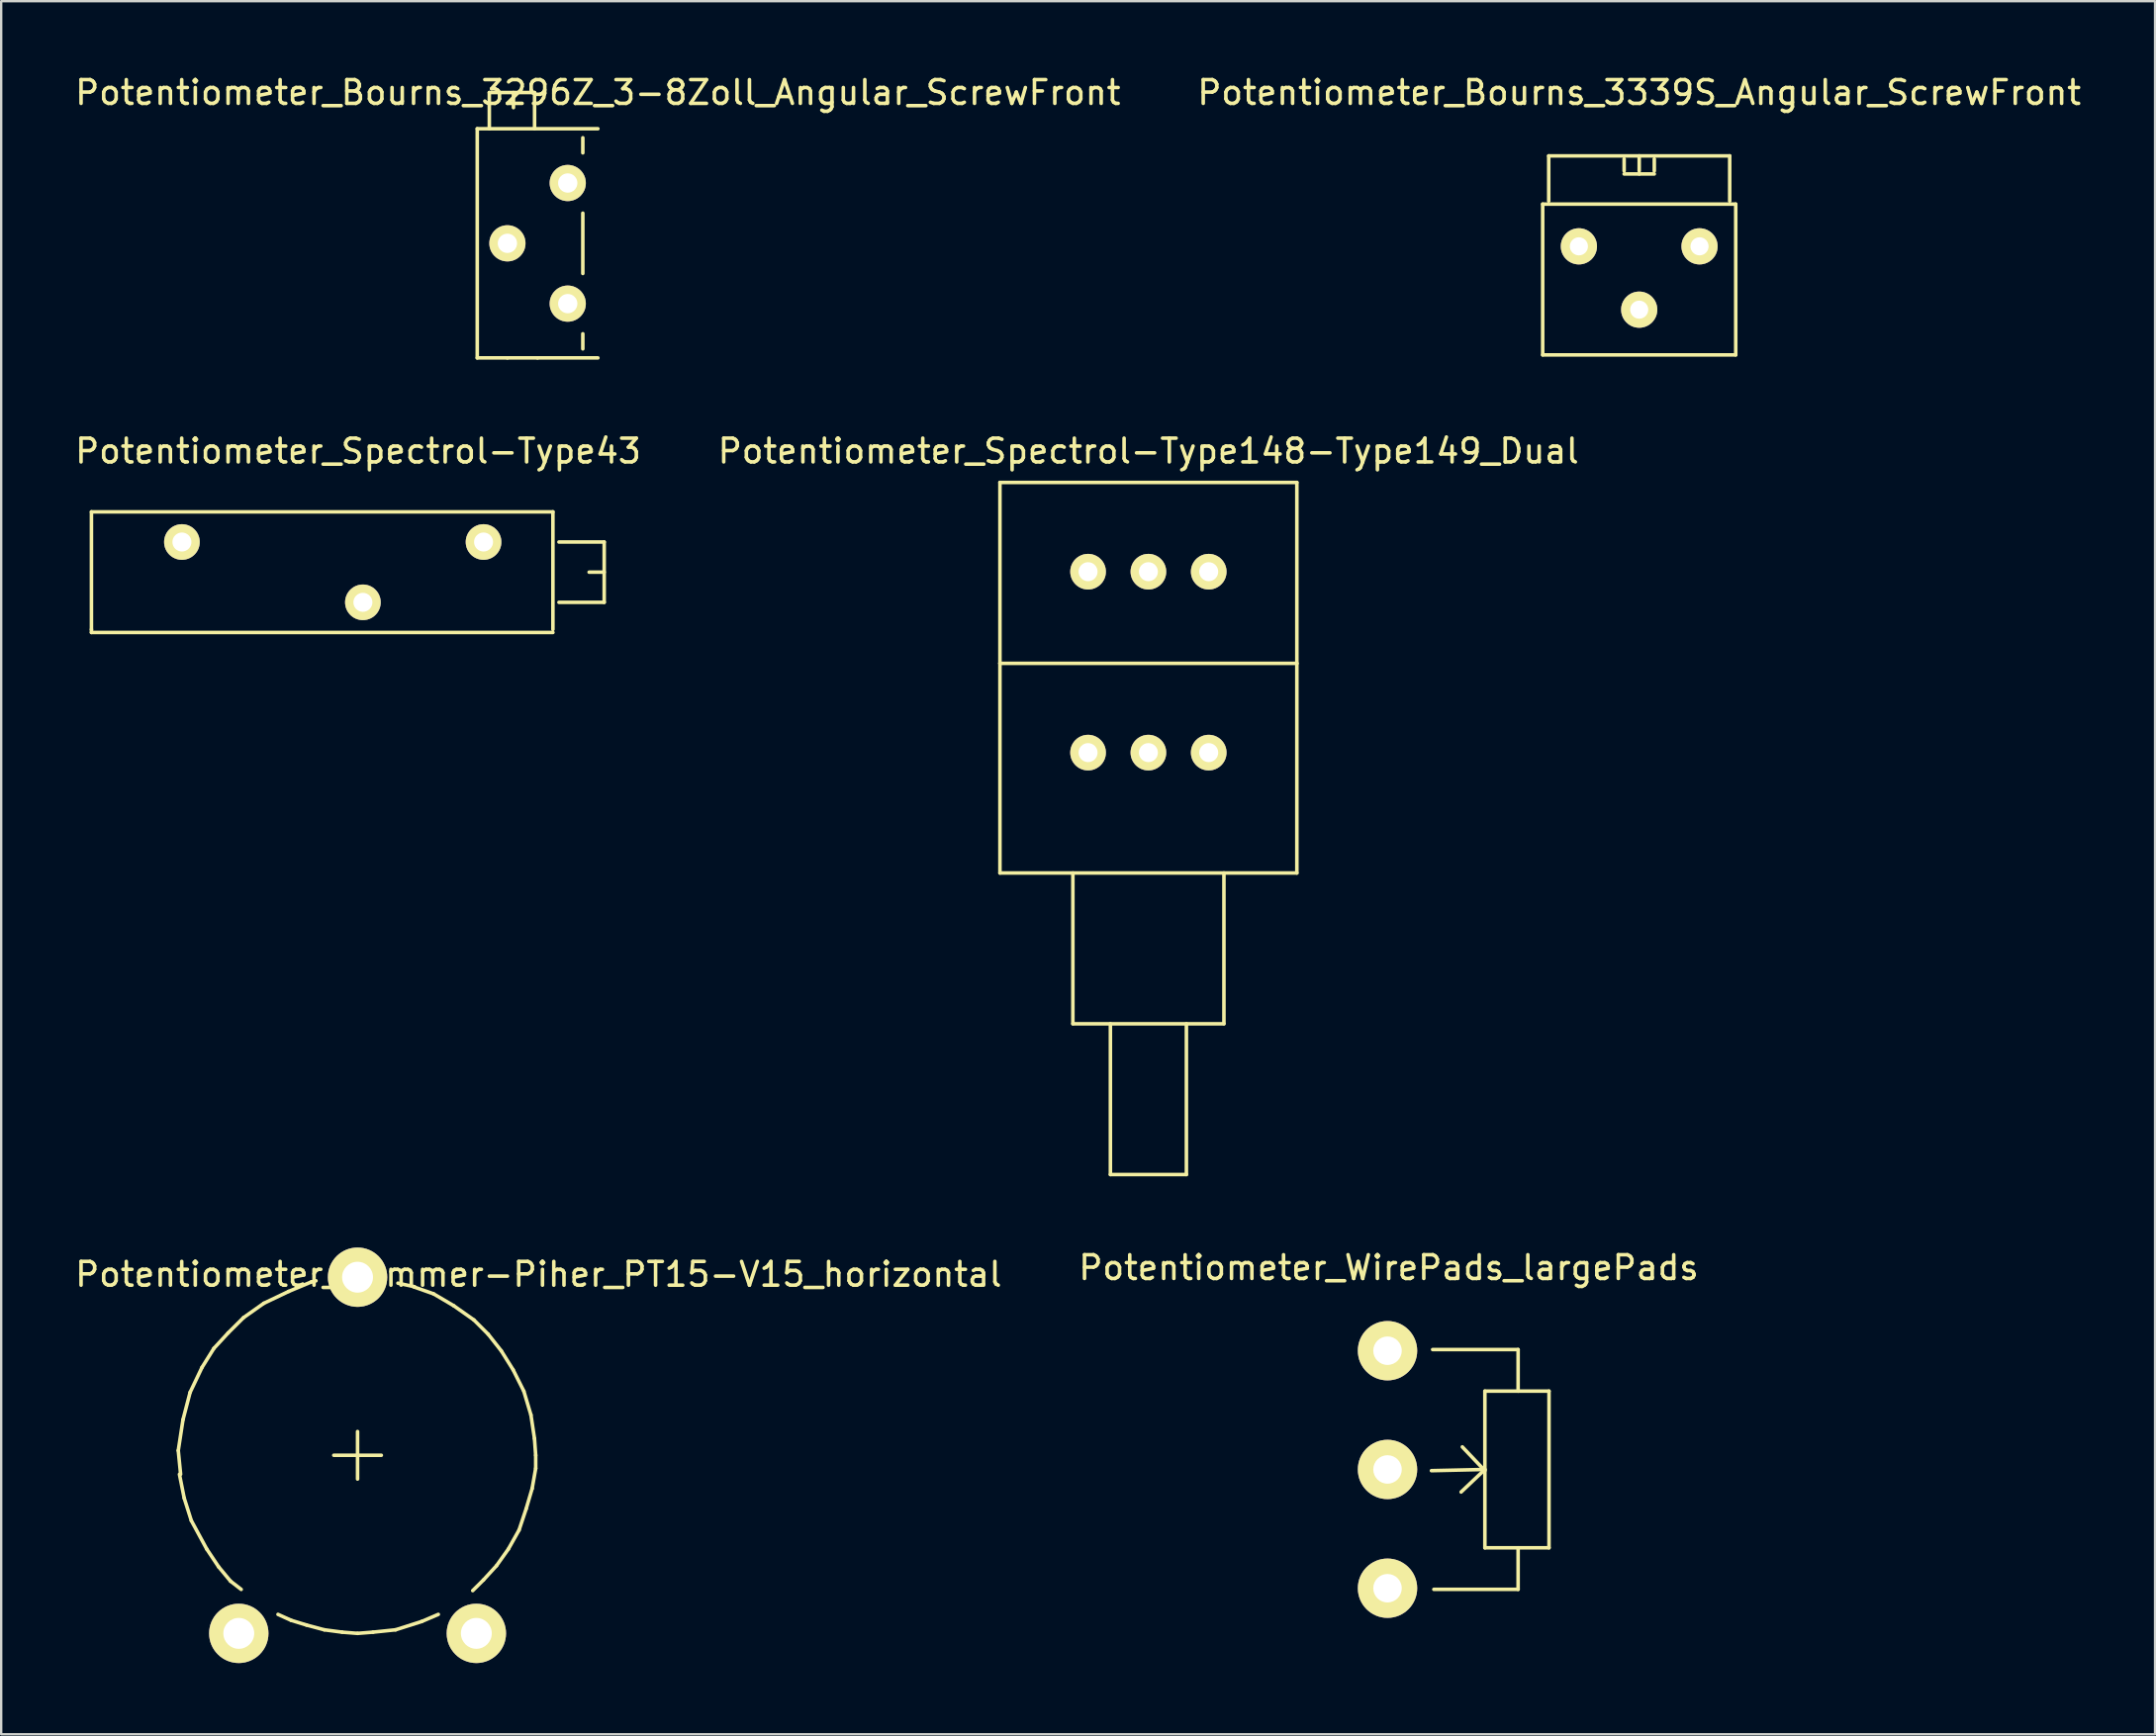
<source format=kicad_pcb>
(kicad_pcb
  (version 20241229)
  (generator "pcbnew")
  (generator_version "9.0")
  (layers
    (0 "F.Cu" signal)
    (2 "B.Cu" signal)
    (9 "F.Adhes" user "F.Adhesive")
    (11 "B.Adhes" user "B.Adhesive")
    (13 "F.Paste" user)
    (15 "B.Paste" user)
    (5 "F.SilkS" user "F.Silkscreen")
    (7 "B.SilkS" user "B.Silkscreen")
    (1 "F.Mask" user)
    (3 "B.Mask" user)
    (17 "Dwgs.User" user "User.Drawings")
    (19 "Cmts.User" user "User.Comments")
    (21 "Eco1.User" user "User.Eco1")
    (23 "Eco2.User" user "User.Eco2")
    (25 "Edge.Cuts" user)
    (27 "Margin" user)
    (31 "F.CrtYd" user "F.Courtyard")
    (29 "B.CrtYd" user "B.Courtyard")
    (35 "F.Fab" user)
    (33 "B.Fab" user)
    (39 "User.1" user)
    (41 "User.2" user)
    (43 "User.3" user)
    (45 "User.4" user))
  (footprint "Potentiometer_Bourns_3296Z_3-8Zoll_Angular_ScrewFront"
    (layer "F.Cu")
    (at 20.855 9.738)
    (property "Reference" "Potentiometer_Bourns_3296Z_3-8Zoll_Angular_ScrewFront" (at 1.27 -8.89 0) (layer "F.SilkS") (effects (font (size 1 1) (thickness 0.15))))
    (attr through_hole)
    (fp_line (start -3.81 -7.366) (end 1.27 -7.366) (stroke (width 0.15) (type solid)) (layer "F.SilkS"))
    (fp_line (start -3.81 2.286) (end -3.81 -7.366) (stroke (width 0.15) (type solid)) (layer "F.SilkS"))
    (fp_line (start -3.302 -8.89) (end -1.397 -8.89) (stroke (width 0.15) (type solid)) (layer "F.SilkS"))
    (fp_line (start -3.302 -7.366) (end -3.302 -8.89) (stroke (width 0.15) (type solid)) (layer "F.SilkS"))
    (fp_line (start -2.54 2.286) (end -3.81 2.286) (stroke (width 0.15) (type solid)) (layer "F.SilkS"))
    (fp_line (start -2.286 -8.89) (end -2.286 -8.255) (stroke (width 0.15) (type solid)) (layer "F.SilkS"))
    (fp_line (start -1.397 -8.89) (end -1.397 -7.366) (stroke (width 0.15) (type solid)) (layer "F.SilkS"))
    (fp_line (start -1.27 2.286) (end -2.54 2.286) (stroke (width 0.15) (type solid)) (layer "F.SilkS"))
    (fp_line (start 0.635 -6.985) (end 0.635 -6.35) (stroke (width 0.15) (type solid)) (layer "F.SilkS"))
    (fp_line (start 0.635 -3.81) (end 0.635 -1.27) (stroke (width 0.15) (type solid)) (layer "F.SilkS"))
    (fp_line (start 0.635 1.27) (end 0.635 1.905) (stroke (width 0.15) (type solid)) (layer "F.SilkS"))
    (fp_line (start 1.27 2.286) (end -1.27 2.286) (stroke (width 0.15) (type solid)) (layer "F.SilkS"))
    (pad "1" thru_hole circle (at 0 0) (size 1.524 1.524) (drill 0.813) (layers "*.Cu" "*.Mask" "F.SilkS"))
    (pad "2" thru_hole circle (at -2.54 -2.54) (size 1.524 1.524) (drill 0.813) (layers "*.Cu" "*.Mask" "F.SilkS"))
    (pad "3" thru_hole circle (at 0 -5.08) (size 1.524 1.524) (drill 0.813) (layers "*.Cu" "*.Mask" "F.SilkS")))
  (footprint "Potentiometer_Bourns_3339S_Angular_ScrewFront"
    (layer "F.Cu")
    (at 68.51 7.325)
    (property "Reference" "Potentiometer_Bourns_3339S_Angular_ScrewFront" (at -2.54 -6.477 0) (layer "F.SilkS") (effects (font (size 1 1) (thickness 0.15))))
    (attr through_hole)
    (fp_line (start -6.604 -1.778) (end -6.604 4.572) (stroke (width 0.15) (type solid)) (layer "F.SilkS"))
    (fp_line (start -6.604 -1.778) (end 1.524 -1.778) (stroke (width 0.15) (type solid)) (layer "F.SilkS"))
    (fp_line (start -6.604 4.572) (end 1.524 4.572) (stroke (width 0.15) (type solid)) (layer "F.SilkS"))
    (fp_line (start -6.35 -3.81) (end -6.35 -1.905) (stroke (width 0.15) (type solid)) (layer "F.SilkS"))
    (fp_line (start -6.35 -3.81) (end 1.27 -3.81) (stroke (width 0.15) (type solid)) (layer "F.SilkS"))
    (fp_line (start -3.175 -3.175) (end -3.175 -3.683) (stroke (width 0.15) (type solid)) (layer "F.SilkS"))
    (fp_line (start -2.54 -3.81) (end -2.54 -3.175) (stroke (width 0.15) (type solid)) (layer "F.SilkS"))
    (fp_line (start -2.54 -3.048) (end -3.175 -3.048) (stroke (width 0.15) (type solid)) (layer "F.SilkS"))
    (fp_line (start -2.54 -3.048) (end -1.905 -3.048) (stroke (width 0.15) (type solid)) (layer "F.SilkS"))
    (fp_line (start -1.905 -3.175) (end -1.905 -3.683) (stroke (width 0.15) (type solid)) (layer "F.SilkS"))
    (fp_line (start 1.27 -3.81) (end 1.27 -1.905) (stroke (width 0.15) (type solid)) (layer "F.SilkS"))
    (fp_line (start 1.524 -1.778) (end 1.524 4.572) (stroke (width 0.15) (type solid)) (layer "F.SilkS"))
    (pad "1" thru_hole circle (at 0 0) (size 1.524 1.524) (drill 0.762) (layers "*.Cu" "*.Mask" "F.SilkS"))
    (pad "2" thru_hole circle (at -2.54 2.667) (size 1.524 1.524) (drill 0.762) (layers "*.Cu" "*.Mask" "F.SilkS"))
    (pad "3" thru_hole circle (at -5.08 0) (size 1.524 1.524) (drill 0.762) (layers "*.Cu" "*.Mask" "F.SilkS")))
  (footprint "Potentiometer_Spectrol-Type148-Type149_Dual"
    (layer "F.Cu")
    (at 42.764 28.648)
    (property "Reference" "Potentiometer_Spectrol-Type148-Type149_Dual" (at 2.54 -12.7 0) (layer "F.SilkS") (effects (font (size 1 1) (thickness 0.15))))
    (attr through_hole)
    (fp_line (start -3.711 -11.379) (end -3.711 -3.759) (stroke (width 0.15) (type solid)) (layer "F.SilkS"))
    (fp_line (start -3.711 -3.759) (end 8.791 -3.759) (stroke (width 0.15) (type solid)) (layer "F.SilkS"))
    (fp_line (start -3.711 5.07) (end -3.711 -3.759) (stroke (width 0.15) (type solid)) (layer "F.SilkS"))
    (fp_line (start -0.64 11.42) (end -0.64 5.07) (stroke (width 0.15) (type solid)) (layer "F.SilkS"))
    (fp_line (start -0.64 11.42) (end 5.72 11.42) (stroke (width 0.15) (type solid)) (layer "F.SilkS"))
    (fp_line (start 0.94 17.77) (end 0.94 11.42) (stroke (width 0.15) (type solid)) (layer "F.SilkS"))
    (fp_line (start 4.14 11.42) (end 4.14 17.77) (stroke (width 0.15) (type solid)) (layer "F.SilkS"))
    (fp_line (start 4.14 17.77) (end 0.94 17.77) (stroke (width 0.15) (type solid)) (layer "F.SilkS"))
    (fp_line (start 5.72 5.07) (end 5.72 11.42) (stroke (width 0.15) (type solid)) (layer "F.SilkS"))
    (fp_line (start 8.791 -11.379) (end -3.711 -11.379) (stroke (width 0.15) (type solid)) (layer "F.SilkS"))
    (fp_line (start 8.791 -3.759) (end 8.791 -11.379) (stroke (width 0.15) (type solid)) (layer "F.SilkS"))
    (fp_line (start 8.791 -3.759) (end 8.791 5.07) (stroke (width 0.15) (type solid)) (layer "F.SilkS"))
    (fp_line (start 8.791 5.07) (end -3.711 5.07) (stroke (width 0.15) (type solid)) (layer "F.SilkS"))
    (pad "11" thru_hole circle (at 0 0) (size 1.501 1.501) (drill 0.8) (layers "*.Cu" "*.Mask" "F.SilkS"))
    (pad "12" thru_hole circle (at 2.54 0) (size 1.501 1.501) (drill 0.8) (layers "*.Cu" "*.Mask" "F.SilkS"))
    (pad "13" thru_hole circle (at 5.08 0) (size 1.501 1.501) (drill 0.8) (layers "*.Cu" "*.Mask" "F.SilkS"))
    (pad "21" thru_hole circle (at 0 -7.62) (size 1.501 1.501) (drill 0.8) (layers "*.Cu" "*.Mask" "F.SilkS"))
    (pad "22" thru_hole circle (at 2.54 -7.62) (size 1.501 1.501) (drill 0.8) (layers "*.Cu" "*.Mask" "F.SilkS"))
    (pad "23" thru_hole circle (at 5.08 -7.62) (size 1.501 1.501) (drill 0.8) (layers "*.Cu" "*.Mask" "F.SilkS")))
  (footprint "Potentiometer_Spectrol-Type43"
    (layer "F.Cu")
    (at 4.61 19.778)
    (property "Reference" "Potentiometer_Spectrol-Type43" (at 7.419 -3.83 0) (layer "F.SilkS") (effects (font (size 1 1) (thickness 0.15))))
    (attr through_hole)
    (fp_line (start -3.81 -1.27) (end -3.81 3.683) (stroke (width 0.15) (type solid)) (layer "F.SilkS"))
    (fp_line (start -3.81 3.683) (end -3.81 3.81) (stroke (width 0.15) (type solid)) (layer "F.SilkS"))
    (fp_line (start -3.81 3.81) (end 15.621 3.81) (stroke (width 0.15) (type solid)) (layer "F.SilkS"))
    (fp_line (start 15.621 -1.27) (end -3.81 -1.27) (stroke (width 0.15) (type solid)) (layer "F.SilkS"))
    (fp_line (start 15.621 3.683) (end 15.621 -1.27) (stroke (width 0.15) (type solid)) (layer "F.SilkS"))
    (fp_line (start 15.875 0) (end 17.78 0) (stroke (width 0.15) (type solid)) (layer "F.SilkS"))
    (fp_line (start 17.145 1.27) (end 17.78 1.27) (stroke (width 0.15) (type solid)) (layer "F.SilkS"))
    (fp_line (start 17.78 0) (end 17.78 2.54) (stroke (width 0.15) (type solid)) (layer "F.SilkS"))
    (fp_line (start 17.78 2.54) (end 15.875 2.54) (stroke (width 0.15) (type solid)) (layer "F.SilkS"))
    (pad "1" thru_hole circle (at 0 0) (size 1.501 1.501) (drill 0.8) (layers "*.Cu" "*.Mask" "F.SilkS"))
    (pad "2" thru_hole circle (at 7.62 2.54) (size 1.501 1.501) (drill 0.8) (layers "*.Cu" "*.Mask" "F.SilkS"))
    (pad "3" thru_hole circle (at 12.7 0) (size 1.501 1.501) (drill 0.8) (layers "*.Cu" "*.Mask" "F.SilkS")))
  (footprint "Potentiometer_WirePads_largePads"
    (layer "F.Cu")
    (at 55.372 53.838)
    (property "Reference" "Potentiometer_WirePads_largePads" (at 0.051 -3.498 0) (layer "F.SilkS") (effects (font (size 1 1) (thickness 0.15))))
    (attr through_hole)
    (fp_line (start 4.1 1.702) (end 6.8 1.702) (stroke (width 0.15) (type solid)) (layer "F.SilkS"))
    (fp_line (start 4.1 5.001) (end 1.849 5.052) (stroke (width 0.15) (type solid)) (layer "F.SilkS"))
    (fp_line (start 4.1 5.001) (end 3.099 5.951) (stroke (width 0.15) (type solid)) (layer "F.SilkS"))
    (fp_line (start 4.1 5.052) (end 3.15 4.051) (stroke (width 0.15) (type solid)) (layer "F.SilkS"))
    (fp_line (start 4.1 8.301) (end 4.1 1.702) (stroke (width 0.15) (type solid)) (layer "F.SilkS"))
    (fp_line (start 5.499 -0.048) (end 1.9 -0.048) (stroke (width 0.15) (type solid)) (layer "F.SilkS"))
    (fp_line (start 5.499 1.702) (end 5.499 -0.048) (stroke (width 0.15) (type solid)) (layer "F.SilkS"))
    (fp_line (start 5.499 8.301) (end 5.499 10.051) (stroke (width 0.15) (type solid)) (layer "F.SilkS"))
    (fp_line (start 5.499 10.051) (end 1.951 10.051) (stroke (width 0.15) (type solid)) (layer "F.SilkS"))
    (fp_line (start 6.8 1.702) (end 6.8 8.301) (stroke (width 0.15) (type solid)) (layer "F.SilkS"))
    (fp_line (start 6.8 8.301) (end 4.1 8.301) (stroke (width 0.15) (type solid)) (layer "F.SilkS"))
    (pad "1" thru_hole circle (at 0 0) (size 2.499 2.499) (drill 1.199) (layers "*.Cu" "*.Mask" "F.SilkS"))
    (pad "2" thru_hole circle (at 0 5.001) (size 2.499 2.499) (drill 1.199) (layers "*.Cu" "*.Mask" "F.SilkS"))
    (pad "3" thru_hole circle (at 0 10.003) (size 2.499 2.499) (drill 1.199) (layers "*.Cu" "*.Mask" "F.SilkS")))
  (footprint "Potentiometer_Trimmer-Piher_PT15-V15_horizontal"
    (layer "F.Cu")
    (at 7.004 65.743)
    (property "Reference" "Potentiometer_Trimmer-Piher_PT15-V15_horizontal" (at 12.621 -15.121 0) (layer "F.SilkS") (effects (font (size 1 1) (thickness 0.15))))
    (attr through_hole)
    (fp_line (start -2.548 -7.701) (end -2.449 -6.701) (stroke (width 0.15) (type solid)) (layer "F.SilkS"))
    (fp_line (start -2.499 -6.701) (end -2.299 -5.7) (stroke (width 0.15) (type solid)) (layer "F.SilkS"))
    (fp_line (start -2.349 -9.002) (end -2.548 -7.701) (stroke (width 0.15) (type solid)) (layer "F.SilkS"))
    (fp_line (start -2.299 -5.7) (end -1.999 -4.75) (stroke (width 0.15) (type solid)) (layer "F.SilkS"))
    (fp_line (start -2.05 -10.15) (end -2.349 -9.002) (stroke (width 0.15) (type solid)) (layer "F.SilkS"))
    (fp_line (start -1.999 -4.75) (end -1.349 -3.551) (stroke (width 0.15) (type solid)) (layer "F.SilkS"))
    (fp_line (start -1.549 -11.201) (end -2.05 -10.15) (stroke (width 0.15) (type solid)) (layer "F.SilkS"))
    (fp_line (start -1.349 -3.551) (end -0.848 -2.802) (stroke (width 0.15) (type solid)) (layer "F.SilkS"))
    (fp_line (start -1.049 -12.002) (end -1.549 -11.201) (stroke (width 0.15) (type solid)) (layer "F.SilkS"))
    (fp_line (start -0.848 -2.802) (end -0.348 -2.2) (stroke (width 0.15) (type solid)) (layer "F.SilkS"))
    (fp_line (start -0.45 -12.652) (end -1.049 -12.002) (stroke (width 0.15) (type solid)) (layer "F.SilkS"))
    (fp_line (start -0.348 -2.2) (end 0.102 -1.852) (stroke (width 0.15) (type solid)) (layer "F.SilkS"))
    (fp_line (start 0.201 -13.299) (end -0.45 -12.652) (stroke (width 0.15) (type solid)) (layer "F.SilkS"))
    (fp_line (start 1.052 -13.901) (end 0.201 -13.299) (stroke (width 0.15) (type solid)) (layer "F.SilkS"))
    (fp_line (start 1.651 -0.8) (end 2.202 -0.551) (stroke (width 0.15) (type solid)) (layer "F.SilkS"))
    (fp_line (start 2.101 -14.402) (end 1.052 -13.901) (stroke (width 0.15) (type solid)) (layer "F.SilkS"))
    (fp_line (start 2.202 -0.551) (end 2.852 -0.351) (stroke (width 0.15) (type solid)) (layer "F.SilkS"))
    (fp_line (start 2.852 -0.351) (end 3.602 -0.15) (stroke (width 0.15) (type solid)) (layer "F.SilkS"))
    (fp_line (start 3.051 -14.801) (end 2.101 -14.402) (stroke (width 0.15) (type solid)) (layer "F.SilkS"))
    (fp_line (start 3.051 -14.801) (end 3.251 -14.851) (stroke (width 0.15) (type solid)) (layer "F.SilkS"))
    (fp_line (start 3.602 -0.15) (end 4.351 -0.051) (stroke (width 0.15) (type solid)) (layer "F.SilkS"))
    (fp_line (start 4 -7.501) (end 6.002 -7.501) (stroke (width 0.15) (type solid)) (layer "F.SilkS"))
    (fp_line (start 4.351 -0.051) (end 5.001 0) (stroke (width 0.15) (type solid)) (layer "F.SilkS"))
    (fp_line (start 5.001 -8.501) (end 5.001 -6.5) (stroke (width 0.15) (type solid)) (layer "F.SilkS"))
    (fp_line (start 5.001 0) (end 5.652 -0.051) (stroke (width 0.15) (type solid)) (layer "F.SilkS"))
    (fp_line (start 5.652 -0.051) (end 6.601 -0.15) (stroke (width 0.15) (type solid)) (layer "F.SilkS"))
    (fp_line (start 6.601 -0.15) (end 7.701 -0.5) (stroke (width 0.15) (type solid)) (layer "F.SilkS"))
    (fp_line (start 7.402 -14.6) (end 6.701 -14.75) (stroke (width 0.15) (type solid)) (layer "F.SilkS"))
    (fp_line (start 7.701 -0.5) (end 8.402 -0.8) (stroke (width 0.15) (type solid)) (layer "F.SilkS"))
    (fp_line (start 8.202 -14.3) (end 7.351 -14.6) (stroke (width 0.15) (type solid)) (layer "F.SilkS"))
    (fp_line (start 9.05 -13.8) (end 8.202 -14.3) (stroke (width 0.15) (type solid)) (layer "F.SilkS"))
    (fp_line (start 9.85 -1.801) (end 10.302 -2.25) (stroke (width 0.15) (type solid)) (layer "F.SilkS"))
    (fp_line (start 9.901 -13.2) (end 9.05 -13.8) (stroke (width 0.15) (type solid)) (layer "F.SilkS"))
    (fp_line (start 10.302 -2.25) (end 10.851 -2.85) (stroke (width 0.15) (type solid)) (layer "F.SilkS"))
    (fp_line (start 10.5 -12.601) (end 9.901 -13.2) (stroke (width 0.15) (type solid)) (layer "F.SilkS"))
    (fp_line (start 10.851 -2.85) (end 11.351 -3.551) (stroke (width 0.15) (type solid)) (layer "F.SilkS"))
    (fp_line (start 11.052 -11.9) (end 10.5 -12.601) (stroke (width 0.15) (type solid)) (layer "F.SilkS"))
    (fp_line (start 11.351 -3.551) (end 11.801 -4.351) (stroke (width 0.15) (type solid)) (layer "F.SilkS"))
    (fp_line (start 11.552 -11.1) (end 11.052 -11.9) (stroke (width 0.15) (type solid)) (layer "F.SilkS"))
    (fp_line (start 11.801 -4.351) (end 12.101 -5.25) (stroke (width 0.15) (type solid)) (layer "F.SilkS"))
    (fp_line (start 12.002 -10.201) (end 11.552 -11.1) (stroke (width 0.15) (type solid)) (layer "F.SilkS"))
    (fp_line (start 12.101 -5.25) (end 12.352 -6.101) (stroke (width 0.15) (type solid)) (layer "F.SilkS"))
    (fp_line (start 12.301 -9.2) (end 12.002 -10.201) (stroke (width 0.15) (type solid)) (layer "F.SilkS"))
    (fp_line (start 12.352 -6.101) (end 12.502 -6.949) (stroke (width 0.15) (type solid)) (layer "F.SilkS"))
    (fp_line (start 12.451 -8.202) (end 12.301 -9.2) (stroke (width 0.15) (type solid)) (layer "F.SilkS"))
    (fp_line (start 12.502 -7.501) (end 12.451 -8.202) (stroke (width 0.15) (type solid)) (layer "F.SilkS"))
    (fp_line (start 12.502 -6.949) (end 12.502 -7.501) (stroke (width 0.15) (type solid)) (layer "F.SilkS"))
    (pad "1" thru_hole circle (at 0 0) (size 2.499 2.499) (drill 1.3) (layers "*.Cu" "*.Mask" "F.SilkS"))
    (pad "2" thru_hole circle (at 5.001 -15.001) (size 2.499 2.499) (drill 1.3) (layers "*.Cu" "*.Mask" "F.SilkS"))
    (pad "3" thru_hole circle (at 10.003 0) (size 2.499 2.499) (drill 1.3) (layers "*.Cu" "*.Mask" "F.SilkS")))
  (gr_rect
    (start -3 -3)
    (end 87.69 69.993)
    (stroke (width 0.1) (type default))
    (fill no)
    (layer "Edge.Cuts")))
</source>
